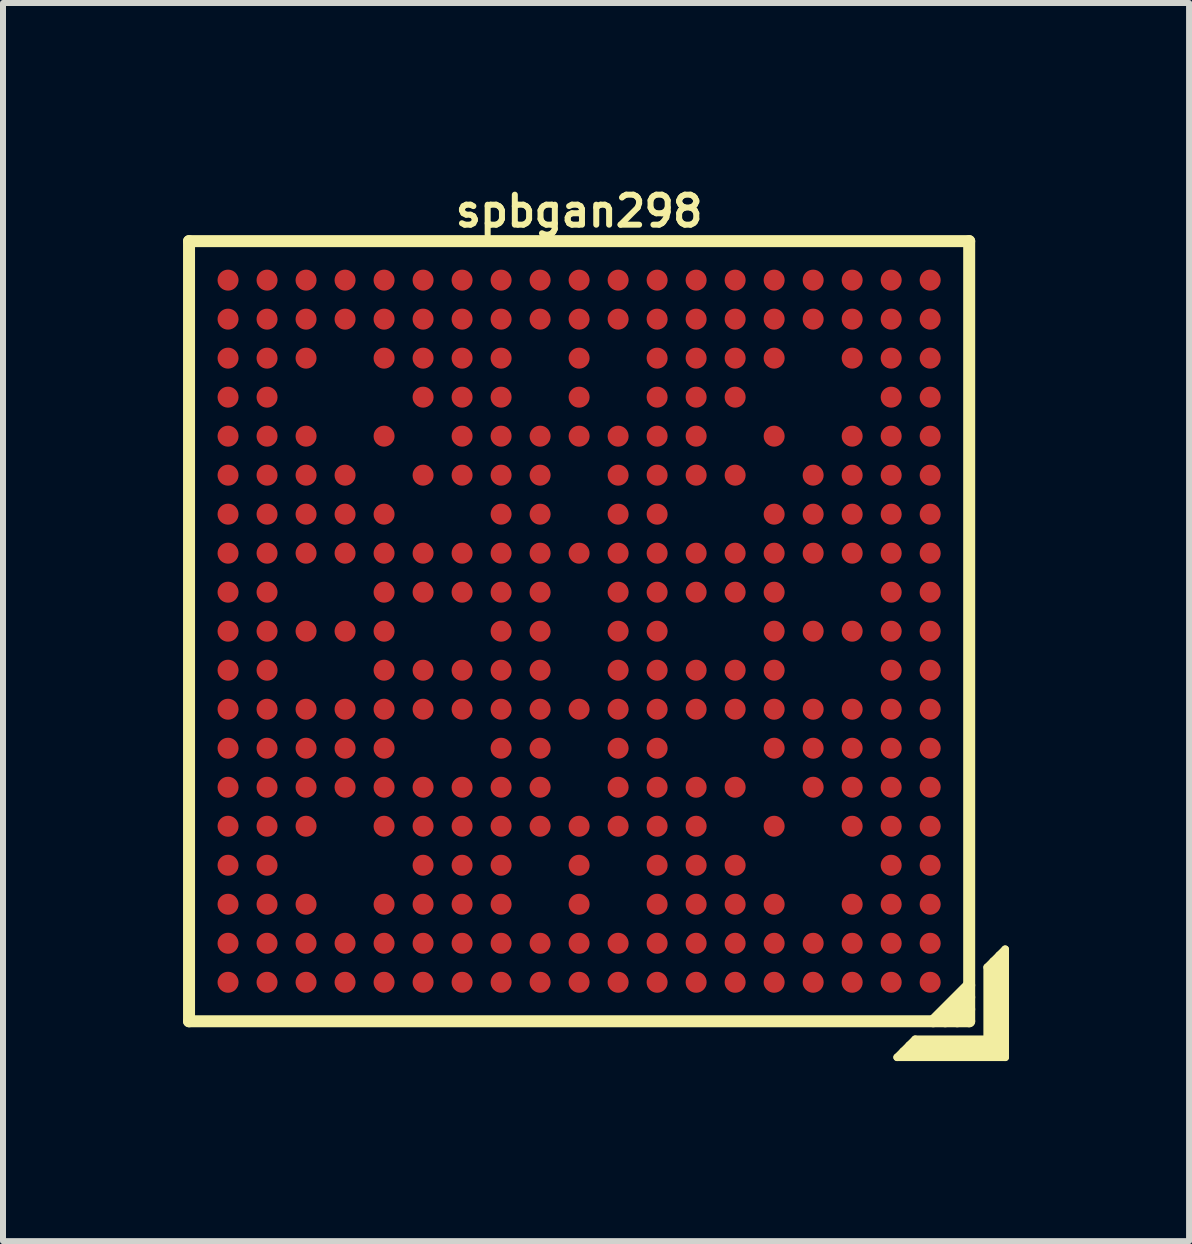
<source format=kicad_pcb>
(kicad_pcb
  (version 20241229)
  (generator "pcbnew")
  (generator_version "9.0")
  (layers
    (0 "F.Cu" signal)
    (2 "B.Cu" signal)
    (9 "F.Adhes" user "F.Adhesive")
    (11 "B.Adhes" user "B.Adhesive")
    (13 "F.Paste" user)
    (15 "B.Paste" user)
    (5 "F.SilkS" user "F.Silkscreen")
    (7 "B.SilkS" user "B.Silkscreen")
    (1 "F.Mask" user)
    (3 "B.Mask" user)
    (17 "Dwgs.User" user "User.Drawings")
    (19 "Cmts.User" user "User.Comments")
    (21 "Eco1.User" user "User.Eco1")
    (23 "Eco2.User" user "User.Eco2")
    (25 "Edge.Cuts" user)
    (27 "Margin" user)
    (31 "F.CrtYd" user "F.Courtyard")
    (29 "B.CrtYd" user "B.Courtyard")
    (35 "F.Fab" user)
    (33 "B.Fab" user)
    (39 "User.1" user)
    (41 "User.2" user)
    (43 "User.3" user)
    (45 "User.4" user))
  (footprint "spbgan298"
    (layer "F.Cu")
    (at 6.6 7.468)
    (property "Reference" "spbgan298" (at 0 -7 0) (layer "F.SilkS") (effects (font (size 0.5 0.5) (thickness 0.1))))
    (attr smd)
    (fp_line (start -6.5 -6.5) (end 6.5 -6.5) (stroke (width 0.2) (type solid)) (layer "F.SilkS"))
    (fp_line (start -6.5 6.5) (end -6.5 -6.5) (stroke (width 0.2) (type solid)) (layer "F.SilkS"))
    (fp_line (start 5.3 7.1) (end 5.6 6.8) (stroke (width 0.127) (type solid)) (layer "F.SilkS"))
    (fp_line (start 5.4 7) (end 7 7) (stroke (width 0.127) (type solid)) (layer "F.SilkS"))
    (fp_line (start 5.6 6.8) (end 6.8 6.8) (stroke (width 0.127) (type solid)) (layer "F.SilkS"))
    (fp_line (start 6.3 6.5) (end 6.5 6.3) (stroke (width 0.2) (type solid)) (layer "F.SilkS"))
    (fp_line (start 6.5 -6.5) (end 6.5 6.5) (stroke (width 0.2) (type solid)) (layer "F.SilkS"))
    (fp_line (start 6.5 5.9) (end 5.9 6.5) (stroke (width 0.2) (type solid)) (layer "F.SilkS"))
    (fp_line (start 6.5 6.1) (end 6.1 6.5) (stroke (width 0.2) (type solid)) (layer "F.SilkS"))
    (fp_line (start 6.5 6.5) (end -6.5 6.5) (stroke (width 0.2) (type solid)) (layer "F.SilkS"))
    (fp_line (start 6.8 5.6) (end 7.1 5.3) (stroke (width 0.127) (type solid)) (layer "F.SilkS"))
    (fp_line (start 6.8 6.8) (end 6.8 5.6) (stroke (width 0.127) (type solid)) (layer "F.SilkS"))
    (fp_line (start 6.9 5.5) (end 6.9 6.9) (stroke (width 0.127) (type solid)) (layer "F.SilkS"))
    (fp_line (start 6.9 6.9) (end 5.5 6.9) (stroke (width 0.127) (type solid)) (layer "F.SilkS"))
    (fp_line (start 7 7) (end 7 5.4) (stroke (width 0.127) (type solid)) (layer "F.SilkS"))
    (fp_line (start 7.1 5.3) (end 7.1 7.1) (stroke (width 0.127) (type solid)) (layer "F.SilkS"))
    (fp_line (start 7.1 7.1) (end 5.3 7.1) (stroke (width 0.127) (type solid)) (layer "F.SilkS"))
    (pad "A1" smd circle (at 5.85 5.85) (size 0.35 0.35) (layers "F.Cu" "F.Mask" "F.Paste"))
    (pad "A2" smd circle (at 5.2 5.85) (size 0.35 0.35) (layers "F.Cu" "F.Mask" "F.Paste"))
    (pad "A3" smd circle (at 4.55 5.85) (size 0.35 0.35) (layers "F.Cu" "F.Mask" "F.Paste"))
    (pad "A4" smd circle (at 3.9 5.85) (size 0.35 0.35) (layers "F.Cu" "F.Mask" "F.Paste"))
    (pad "A5" smd circle (at 3.25 5.85) (size 0.35 0.35) (layers "F.Cu" "F.Mask" "F.Paste"))
    (pad "A6" smd circle (at 2.6 5.85) (size 0.35 0.35) (layers "F.Cu" "F.Mask" "F.Paste"))
    (pad "A7" smd circle (at 1.95 5.85) (size 0.35 0.35) (layers "F.Cu" "F.Mask" "F.Paste"))
    (pad "A8" smd circle (at 1.3 5.85) (size 0.35 0.35) (layers "F.Cu" "F.Mask" "F.Paste"))
    (pad "A9" smd circle (at 0.65 5.85) (size 0.35 0.35) (layers "F.Cu" "F.Mask" "F.Paste"))
    (pad "A10" smd circle (at 0 5.85) (size 0.35 0.35) (layers "F.Cu" "F.Mask" "F.Paste"))
    (pad "A11" smd circle (at -0.65 5.85) (size 0.35 0.35) (layers "F.Cu" "F.Mask" "F.Paste"))
    (pad "A12" smd circle (at -1.3 5.85) (size 0.35 0.35) (layers "F.Cu" "F.Mask" "F.Paste"))
    (pad "A13" smd circle (at -1.95 5.85) (size 0.35 0.35) (layers "F.Cu" "F.Mask" "F.Paste"))
    (pad "A14" smd circle (at -2.6 5.85) (size 0.35 0.35) (layers "F.Cu" "F.Mask" "F.Paste"))
    (pad "A15" smd circle (at -3.25 5.85) (size 0.35 0.35) (layers "F.Cu" "F.Mask" "F.Paste"))
    (pad "A16" smd circle (at -3.9 5.85) (size 0.35 0.35) (layers "F.Cu" "F.Mask" "F.Paste"))
    (pad "A17" smd circle (at -4.55 5.85) (size 0.35 0.35) (layers "F.Cu" "F.Mask" "F.Paste"))
    (pad "A18" smd circle (at -5.2 5.85) (size 0.35 0.35) (layers "F.Cu" "F.Mask" "F.Paste"))
    (pad "A19" smd circle (at -5.85 5.85) (size 0.35 0.35) (layers "F.Cu" "F.Mask" "F.Paste"))
    (pad "B1" smd circle (at 5.85 5.2) (size 0.35 0.35) (layers "F.Cu" "F.Mask" "F.Paste"))
    (pad "B2" smd circle (at 5.2 5.2) (size 0.35 0.35) (layers "F.Cu" "F.Mask" "F.Paste"))
    (pad "B3" smd circle (at 4.55 5.2) (size 0.35 0.35) (layers "F.Cu" "F.Mask" "F.Paste"))
    (pad "B4" smd circle (at 3.9 5.2) (size 0.35 0.35) (layers "F.Cu" "F.Mask" "F.Paste"))
    (pad "B5" smd circle (at 3.25 5.2) (size 0.35 0.35) (layers "F.Cu" "F.Mask" "F.Paste"))
    (pad "B6" smd circle (at 2.6 5.2) (size 0.35 0.35) (layers "F.Cu" "F.Mask" "F.Paste"))
    (pad "B7" smd circle (at 1.95 5.2) (size 0.35 0.35) (layers "F.Cu" "F.Mask" "F.Paste"))
    (pad "B8" smd circle (at 1.3 5.2) (size 0.35 0.35) (layers "F.Cu" "F.Mask" "F.Paste"))
    (pad "B9" smd circle (at 0.65 5.2) (size 0.35 0.35) (layers "F.Cu" "F.Mask" "F.Paste"))
    (pad "B10" smd circle (at 0 5.2) (size 0.35 0.35) (layers "F.Cu" "F.Mask" "F.Paste"))
    (pad "B11" smd circle (at -0.65 5.2) (size 0.35 0.35) (layers "F.Cu" "F.Mask" "F.Paste"))
    (pad "B12" smd circle (at -1.3 5.2) (size 0.35 0.35) (layers "F.Cu" "F.Mask" "F.Paste"))
    (pad "B13" smd circle (at -1.95 5.2) (size 0.35 0.35) (layers "F.Cu" "F.Mask" "F.Paste"))
    (pad "B14" smd circle (at -2.6 5.2) (size 0.35 0.35) (layers "F.Cu" "F.Mask" "F.Paste"))
    (pad "B15" smd circle (at -3.25 5.2) (size 0.35 0.35) (layers "F.Cu" "F.Mask" "F.Paste"))
    (pad "B16" smd circle (at -3.9 5.2) (size 0.35 0.35) (layers "F.Cu" "F.Mask" "F.Paste"))
    (pad "B17" smd circle (at -4.55 5.2) (size 0.35 0.35) (layers "F.Cu" "F.Mask" "F.Paste"))
    (pad "B18" smd circle (at -5.2 5.2) (size 0.35 0.35) (layers "F.Cu" "F.Mask" "F.Paste"))
    (pad "B19" smd circle (at -5.85 5.2) (size 0.35 0.35) (layers "F.Cu" "F.Mask" "F.Paste"))
    (pad "C1" smd circle (at 5.85 4.55) (size 0.35 0.35) (layers "F.Cu" "F.Mask" "F.Paste"))
    (pad "C2" smd circle (at 5.2 4.55) (size 0.35 0.35) (layers "F.Cu" "F.Mask" "F.Paste"))
    (pad "C3" smd circle (at 4.55 4.55) (size 0.35 0.35) (layers "F.Cu" "F.Mask" "F.Paste"))
    (pad "C5" smd circle (at 3.25 4.55) (size 0.35 0.35) (layers "F.Cu" "F.Mask" "F.Paste"))
    (pad "C6" smd circle (at 2.6 4.55) (size 0.35 0.35) (layers "F.Cu" "F.Mask" "F.Paste"))
    (pad "C7" smd circle (at 1.95 4.55) (size 0.35 0.35) (layers "F.Cu" "F.Mask" "F.Paste"))
    (pad "C8" smd circle (at 1.3 4.55) (size 0.35 0.35) (layers "F.Cu" "F.Mask" "F.Paste"))
    (pad "C10" smd circle (at 0 4.55) (size 0.35 0.35) (layers "F.Cu" "F.Mask" "F.Paste"))
    (pad "C12" smd circle (at -1.3 4.55) (size 0.35 0.35) (layers "F.Cu" "F.Mask" "F.Paste"))
    (pad "C13" smd circle (at -1.95 4.55) (size 0.35 0.35) (layers "F.Cu" "F.Mask" "F.Paste"))
    (pad "C14" smd circle (at -2.6 4.55) (size 0.35 0.35) (layers "F.Cu" "F.Mask" "F.Paste"))
    (pad "C15" smd circle (at -3.25 4.55) (size 0.35 0.35) (layers "F.Cu" "F.Mask" "F.Paste"))
    (pad "C17" smd circle (at -4.55 4.55) (size 0.35 0.35) (layers "F.Cu" "F.Mask" "F.Paste"))
    (pad "C18" smd circle (at -5.2 4.55) (size 0.35 0.35) (layers "F.Cu" "F.Mask" "F.Paste"))
    (pad "C19" smd circle (at -5.85 4.55) (size 0.35 0.35) (layers "F.Cu" "F.Mask" "F.Paste"))
    (pad "D1" smd circle (at 5.85 3.9) (size 0.35 0.35) (layers "F.Cu" "F.Mask" "F.Paste"))
    (pad "D2" smd circle (at 5.2 3.9) (size 0.35 0.35) (layers "F.Cu" "F.Mask" "F.Paste"))
    (pad "D6" smd circle (at 2.6 3.9) (size 0.35 0.35) (layers "F.Cu" "F.Mask" "F.Paste"))
    (pad "D7" smd circle (at 1.95 3.9) (size 0.35 0.35) (layers "F.Cu" "F.Mask" "F.Paste"))
    (pad "D8" smd circle (at 1.3 3.9) (size 0.35 0.35) (layers "F.Cu" "F.Mask" "F.Paste"))
    (pad "D10" smd circle (at 0 3.9) (size 0.35 0.35) (layers "F.Cu" "F.Mask" "F.Paste"))
    (pad "D12" smd circle (at -1.3 3.9) (size 0.35 0.35) (layers "F.Cu" "F.Mask" "F.Paste"))
    (pad "D13" smd circle (at -1.95 3.9) (size 0.35 0.35) (layers "F.Cu" "F.Mask" "F.Paste"))
    (pad "D14" smd circle (at -2.6 3.9) (size 0.35 0.35) (layers "F.Cu" "F.Mask" "F.Paste"))
    (pad "D18" smd circle (at -5.2 3.9) (size 0.35 0.35) (layers "F.Cu" "F.Mask" "F.Paste"))
    (pad "D19" smd circle (at -5.85 3.9) (size 0.35 0.35) (layers "F.Cu" "F.Mask" "F.Paste"))
    (pad "E1" smd circle (at 5.85 3.25) (size 0.35 0.35) (layers "F.Cu" "F.Mask" "F.Paste"))
    (pad "E2" smd circle (at 5.2 3.25) (size 0.35 0.35) (layers "F.Cu" "F.Mask" "F.Paste"))
    (pad "E3" smd circle (at 4.55 3.25) (size 0.35 0.35) (layers "F.Cu" "F.Mask" "F.Paste"))
    (pad "E5" smd circle (at 3.25 3.25) (size 0.35 0.35) (layers "F.Cu" "F.Mask" "F.Paste"))
    (pad "E7" smd circle (at 1.95 3.25) (size 0.35 0.35) (layers "F.Cu" "F.Mask" "F.Paste"))
    (pad "E8" smd circle (at 1.3 3.25) (size 0.35 0.35) (layers "F.Cu" "F.Mask" "F.Paste"))
    (pad "E9" smd circle (at 0.65 3.25) (size 0.35 0.35) (layers "F.Cu" "F.Mask" "F.Paste"))
    (pad "E10" smd circle (at 0 3.25) (size 0.35 0.35) (layers "F.Cu" "F.Mask" "F.Paste"))
    (pad "E11" smd circle (at -0.65 3.25) (size 0.35 0.35) (layers "F.Cu" "F.Mask" "F.Paste"))
    (pad "E12" smd circle (at -1.3 3.25) (size 0.35 0.35) (layers "F.Cu" "F.Mask" "F.Paste"))
    (pad "E13" smd circle (at -1.95 3.25) (size 0.35 0.35) (layers "F.Cu" "F.Mask" "F.Paste"))
    (pad "E14" smd circle (at -2.6 3.25) (size 0.35 0.35) (layers "F.Cu" "F.Mask" "F.Paste"))
    (pad "E15" smd circle (at -3.25 3.25) (size 0.35 0.35) (layers "F.Cu" "F.Mask" "F.Paste"))
    (pad "E17" smd circle (at -4.55 3.25) (size 0.35 0.35) (layers "F.Cu" "F.Mask" "F.Paste"))
    (pad "E18" smd circle (at -5.2 3.25) (size 0.35 0.35) (layers "F.Cu" "F.Mask" "F.Paste"))
    (pad "E19" smd circle (at -5.85 3.25) (size 0.35 0.35) (layers "F.Cu" "F.Mask" "F.Paste"))
    (pad "F1" smd circle (at 5.85 2.6) (size 0.35 0.35) (layers "F.Cu" "F.Mask" "F.Paste"))
    (pad "F2" smd circle (at 5.2 2.6) (size 0.35 0.35) (layers "F.Cu" "F.Mask" "F.Paste"))
    (pad "F3" smd circle (at 4.55 2.6) (size 0.35 0.35) (layers "F.Cu" "F.Mask" "F.Paste"))
    (pad "F4" smd circle (at 3.9 2.6) (size 0.35 0.35) (layers "F.Cu" "F.Mask" "F.Paste"))
    (pad "F6" smd circle (at 2.6 2.6) (size 0.35 0.35) (layers "F.Cu" "F.Mask" "F.Paste"))
    (pad "F7" smd circle (at 1.95 2.6) (size 0.35 0.35) (layers "F.Cu" "F.Mask" "F.Paste"))
    (pad "F8" smd circle (at 1.3 2.6) (size 0.35 0.35) (layers "F.Cu" "F.Mask" "F.Paste"))
    (pad "F9" smd circle (at 0.65 2.6) (size 0.35 0.35) (layers "F.Cu" "F.Mask" "F.Paste"))
    (pad "F11" smd circle (at -0.65 2.6) (size 0.35 0.35) (layers "F.Cu" "F.Mask" "F.Paste"))
    (pad "F12" smd circle (at -1.3 2.6) (size 0.35 0.35) (layers "F.Cu" "F.Mask" "F.Paste"))
    (pad "F13" smd circle (at -1.95 2.6) (size 0.35 0.35) (layers "F.Cu" "F.Mask" "F.Paste"))
    (pad "F14" smd circle (at -2.6 2.6) (size 0.35 0.35) (layers "F.Cu" "F.Mask" "F.Paste"))
    (pad "F15" smd circle (at -3.25 2.6) (size 0.35 0.35) (layers "F.Cu" "F.Mask" "F.Paste"))
    (pad "F16" smd circle (at -3.9 2.6) (size 0.35 0.35) (layers "F.Cu" "F.Mask" "F.Paste"))
    (pad "F17" smd circle (at -4.55 2.6) (size 0.35 0.35) (layers "F.Cu" "F.Mask" "F.Paste"))
    (pad "F18" smd circle (at -5.2 2.6) (size 0.35 0.35) (layers "F.Cu" "F.Mask" "F.Paste"))
    (pad "F19" smd circle (at -5.85 2.6) (size 0.35 0.35) (layers "F.Cu" "F.Mask" "F.Paste"))
    (pad "G1" smd circle (at 5.85 1.95) (size 0.35 0.35) (layers "F.Cu" "F.Mask" "F.Paste"))
    (pad "G2" smd circle (at 5.2 1.95) (size 0.35 0.35) (layers "F.Cu" "F.Mask" "F.Paste"))
    (pad "G3" smd circle (at 4.55 1.95) (size 0.35 0.35) (layers "F.Cu" "F.Mask" "F.Paste"))
    (pad "G4" smd circle (at 3.9 1.95) (size 0.35 0.35) (layers "F.Cu" "F.Mask" "F.Paste"))
    (pad "G5" smd circle (at 3.25 1.95) (size 0.35 0.35) (layers "F.Cu" "F.Mask" "F.Paste"))
    (pad "G8" smd circle (at 1.3 1.95) (size 0.35 0.35) (layers "F.Cu" "F.Mask" "F.Paste"))
    (pad "G9" smd circle (at 0.65 1.95) (size 0.35 0.35) (layers "F.Cu" "F.Mask" "F.Paste"))
    (pad "G11" smd circle (at -0.65 1.95) (size 0.35 0.35) (layers "F.Cu" "F.Mask" "F.Paste"))
    (pad "G12" smd circle (at -1.3 1.95) (size 0.35 0.35) (layers "F.Cu" "F.Mask" "F.Paste"))
    (pad "G15" smd circle (at -3.25 1.95) (size 0.35 0.35) (layers "F.Cu" "F.Mask" "F.Paste"))
    (pad "G16" smd circle (at -3.9 1.95) (size 0.35 0.35) (layers "F.Cu" "F.Mask" "F.Paste"))
    (pad "G17" smd circle (at -4.55 1.95) (size 0.35 0.35) (layers "F.Cu" "F.Mask" "F.Paste"))
    (pad "G18" smd circle (at -5.2 1.95) (size 0.35 0.35) (layers "F.Cu" "F.Mask" "F.Paste"))
    (pad "G19" smd circle (at -5.85 1.95) (size 0.35 0.35) (layers "F.Cu" "F.Mask" "F.Paste"))
    (pad "H1" smd circle (at 5.85 1.3) (size 0.35 0.35) (layers "F.Cu" "F.Mask" "F.Paste"))
    (pad "H2" smd circle (at 5.2 1.3) (size 0.35 0.35) (layers "F.Cu" "F.Mask" "F.Paste"))
    (pad "H3" smd circle (at 4.55 1.3) (size 0.35 0.35) (layers "F.Cu" "F.Mask" "F.Paste"))
    (pad "H4" smd circle (at 3.9 1.3) (size 0.35 0.35) (layers "F.Cu" "F.Mask" "F.Paste"))
    (pad "H5" smd circle (at 3.25 1.3) (size 0.35 0.35) (layers "F.Cu" "F.Mask" "F.Paste"))
    (pad "H6" smd circle (at 2.6 1.3) (size 0.35 0.35) (layers "F.Cu" "F.Mask" "F.Paste"))
    (pad "H7" smd circle (at 1.95 1.3) (size 0.35 0.35) (layers "F.Cu" "F.Mask" "F.Paste"))
    (pad "H8" smd circle (at 1.3 1.3) (size 0.35 0.35) (layers "F.Cu" "F.Mask" "F.Paste"))
    (pad "H9" smd circle (at 0.65 1.3) (size 0.35 0.35) (layers "F.Cu" "F.Mask" "F.Paste"))
    (pad "H10" smd circle (at 0 1.3) (size 0.35 0.35) (layers "F.Cu" "F.Mask" "F.Paste"))
    (pad "H11" smd circle (at -0.65 1.3) (size 0.35 0.35) (layers "F.Cu" "F.Mask" "F.Paste"))
    (pad "H12" smd circle (at -1.3 1.3) (size 0.35 0.35) (layers "F.Cu" "F.Mask" "F.Paste"))
    (pad "H13" smd circle (at -1.95 1.3) (size 0.35 0.35) (layers "F.Cu" "F.Mask" "F.Paste"))
    (pad "H14" smd circle (at -2.6 1.3) (size 0.35 0.35) (layers "F.Cu" "F.Mask" "F.Paste"))
    (pad "H15" smd circle (at -3.25 1.3) (size 0.35 0.35) (layers "F.Cu" "F.Mask" "F.Paste"))
    (pad "H16" smd circle (at -3.9 1.3) (size 0.35 0.35) (layers "F.Cu" "F.Mask" "F.Paste"))
    (pad "H17" smd circle (at -4.55 1.3) (size 0.35 0.35) (layers "F.Cu" "F.Mask" "F.Paste"))
    (pad "H18" smd circle (at -5.2 1.3) (size 0.35 0.35) (layers "F.Cu" "F.Mask" "F.Paste"))
    (pad "H19" smd circle (at -5.85 1.3) (size 0.35 0.35) (layers "F.Cu" "F.Mask" "F.Paste"))
    (pad "J1" smd circle (at 5.85 0.65) (size 0.35 0.35) (layers "F.Cu" "F.Mask" "F.Paste"))
    (pad "J2" smd circle (at 5.2 0.65) (size 0.35 0.35) (layers "F.Cu" "F.Mask" "F.Paste"))
    (pad "J5" smd circle (at 3.25 0.65) (size 0.35 0.35) (layers "F.Cu" "F.Mask" "F.Paste"))
    (pad "J6" smd circle (at 2.6 0.65) (size 0.35 0.35) (layers "F.Cu" "F.Mask" "F.Paste"))
    (pad "J7" smd circle (at 1.95 0.65) (size 0.35 0.35) (layers "F.Cu" "F.Mask" "F.Paste"))
    (pad "J8" smd circle (at 1.3 0.65) (size 0.35 0.35) (layers "F.Cu" "F.Mask" "F.Paste"))
    (pad "J9" smd circle (at 0.65 0.65) (size 0.35 0.35) (layers "F.Cu" "F.Mask" "F.Paste"))
    (pad "J11" smd circle (at -0.65 0.65) (size 0.35 0.35) (layers "F.Cu" "F.Mask" "F.Paste"))
    (pad "J12" smd circle (at -1.3 0.65) (size 0.35 0.35) (layers "F.Cu" "F.Mask" "F.Paste"))
    (pad "J13" smd circle (at -1.95 0.65) (size 0.35 0.35) (layers "F.Cu" "F.Mask" "F.Paste"))
    (pad "J14" smd circle (at -2.6 0.65) (size 0.35 0.35) (layers "F.Cu" "F.Mask" "F.Paste"))
    (pad "J15" smd circle (at -3.25 0.65) (size 0.35 0.35) (layers "F.Cu" "F.Mask" "F.Paste"))
    (pad "J18" smd circle (at -5.2 0.65) (size 0.35 0.35) (layers "F.Cu" "F.Mask" "F.Paste"))
    (pad "J19" smd circle (at -5.85 0.65) (size 0.35 0.35) (layers "F.Cu" "F.Mask" "F.Paste"))
    (pad "K1" smd circle (at 5.85 0) (size 0.35 0.35) (layers "F.Cu" "F.Mask" "F.Paste"))
    (pad "K2" smd circle (at 5.2 0) (size 0.35 0.35) (layers "F.Cu" "F.Mask" "F.Paste"))
    (pad "K3" smd circle (at 4.55 0) (size 0.35 0.35) (layers "F.Cu" "F.Mask" "F.Paste"))
    (pad "K4" smd circle (at 3.9 0) (size 0.35 0.35) (layers "F.Cu" "F.Mask" "F.Paste"))
    (pad "K5" smd circle (at 3.25 0) (size 0.35 0.35) (layers "F.Cu" "F.Mask" "F.Paste"))
    (pad "K8" smd circle (at 1.3 0) (size 0.35 0.35) (layers "F.Cu" "F.Mask" "F.Paste"))
    (pad "K9" smd circle (at 0.65 0) (size 0.35 0.35) (layers "F.Cu" "F.Mask" "F.Paste"))
    (pad "K11" smd circle (at -0.65 0) (size 0.35 0.35) (layers "F.Cu" "F.Mask" "F.Paste"))
    (pad "K12" smd circle (at -1.3 0) (size 0.35 0.35) (layers "F.Cu" "F.Mask" "F.Paste"))
    (pad "K15" smd circle (at -3.25 0) (size 0.35 0.35) (layers "F.Cu" "F.Mask" "F.Paste"))
    (pad "K16" smd circle (at -3.9 0) (size 0.35 0.35) (layers "F.Cu" "F.Mask" "F.Paste"))
    (pad "K17" smd circle (at -4.55 0) (size 0.35 0.35) (layers "F.Cu" "F.Mask" "F.Paste"))
    (pad "K18" smd circle (at -5.2 0) (size 0.35 0.35) (layers "F.Cu" "F.Mask" "F.Paste"))
    (pad "K19" smd circle (at -5.85 0) (size 0.35 0.35) (layers "F.Cu" "F.Mask" "F.Paste"))
    (pad "L1" smd circle (at 5.85 -0.65) (size 0.35 0.35) (layers "F.Cu" "F.Mask" "F.Paste"))
    (pad "L2" smd circle (at 5.2 -0.65) (size 0.35 0.35) (layers "F.Cu" "F.Mask" "F.Paste"))
    (pad "L5" smd circle (at 3.25 -0.65) (size 0.35 0.35) (layers "F.Cu" "F.Mask" "F.Paste"))
    (pad "L6" smd circle (at 2.6 -0.65) (size 0.35 0.35) (layers "F.Cu" "F.Mask" "F.Paste"))
    (pad "L7" smd circle (at 1.95 -0.65) (size 0.35 0.35) (layers "F.Cu" "F.Mask" "F.Paste"))
    (pad "L8" smd circle (at 1.3 -0.65) (size 0.35 0.35) (layers "F.Cu" "F.Mask" "F.Paste"))
    (pad "L9" smd circle (at 0.65 -0.65) (size 0.35 0.35) (layers "F.Cu" "F.Mask" "F.Paste"))
    (pad "L11" smd circle (at -0.65 -0.65) (size 0.35 0.35) (layers "F.Cu" "F.Mask" "F.Paste"))
    (pad "L12" smd circle (at -1.3 -0.65) (size 0.35 0.35) (layers "F.Cu" "F.Mask" "F.Paste"))
    (pad "L13" smd circle (at -1.95 -0.65) (size 0.35 0.35) (layers "F.Cu" "F.Mask" "F.Paste"))
    (pad "L14" smd circle (at -2.6 -0.65) (size 0.35 0.35) (layers "F.Cu" "F.Mask" "F.Paste"))
    (pad "L15" smd circle (at -3.25 -0.65) (size 0.35 0.35) (layers "F.Cu" "F.Mask" "F.Paste"))
    (pad "L18" smd circle (at -5.2 -0.65) (size 0.35 0.35) (layers "F.Cu" "F.Mask" "F.Paste"))
    (pad "L19" smd circle (at -5.85 -0.65) (size 0.35 0.35) (layers "F.Cu" "F.Mask" "F.Paste"))
    (pad "M1" smd circle (at 5.85 -1.3) (size 0.35 0.35) (layers "F.Cu" "F.Mask" "F.Paste"))
    (pad "M2" smd circle (at 5.2 -1.3) (size 0.35 0.35) (layers "F.Cu" "F.Mask" "F.Paste"))
    (pad "M3" smd circle (at 4.55 -1.3) (size 0.35 0.35) (layers "F.Cu" "F.Mask" "F.Paste"))
    (pad "M4" smd circle (at 3.9 -1.3) (size 0.35 0.35) (layers "F.Cu" "F.Mask" "F.Paste"))
    (pad "M5" smd circle (at 3.25 -1.3) (size 0.35 0.35) (layers "F.Cu" "F.Mask" "F.Paste"))
    (pad "M6" smd circle (at 2.6 -1.3) (size 0.35 0.35) (layers "F.Cu" "F.Mask" "F.Paste"))
    (pad "M7" smd circle (at 1.95 -1.3) (size 0.35 0.35) (layers "F.Cu" "F.Mask" "F.Paste"))
    (pad "M8" smd circle (at 1.3 -1.3) (size 0.35 0.35) (layers "F.Cu" "F.Mask" "F.Paste"))
    (pad "M9" smd circle (at 0.65 -1.3) (size 0.35 0.35) (layers "F.Cu" "F.Mask" "F.Paste"))
    (pad "M10" smd circle (at 0 -1.3) (size 0.35 0.35) (layers "F.Cu" "F.Mask" "F.Paste"))
    (pad "M11" smd circle (at -0.65 -1.3) (size 0.35 0.35) (layers "F.Cu" "F.Mask" "F.Paste"))
    (pad "M12" smd circle (at -1.3 -1.3) (size 0.35 0.35) (layers "F.Cu" "F.Mask" "F.Paste"))
    (pad "M13" smd circle (at -1.95 -1.3) (size 0.35 0.35) (layers "F.Cu" "F.Mask" "F.Paste"))
    (pad "M14" smd circle (at -2.6 -1.3) (size 0.35 0.35) (layers "F.Cu" "F.Mask" "F.Paste"))
    (pad "M15" smd circle (at -3.25 -1.3) (size 0.35 0.35) (layers "F.Cu" "F.Mask" "F.Paste"))
    (pad "M16" smd circle (at -3.9 -1.3) (size 0.35 0.35) (layers "F.Cu" "F.Mask" "F.Paste"))
    (pad "M17" smd circle (at -4.55 -1.3) (size 0.35 0.35) (layers "F.Cu" "F.Mask" "F.Paste"))
    (pad "M18" smd circle (at -5.2 -1.3) (size 0.35 0.35) (layers "F.Cu" "F.Mask" "F.Paste"))
    (pad "M19" smd circle (at -5.85 -1.3) (size 0.35 0.35) (layers "F.Cu" "F.Mask" "F.Paste"))
    (pad "N1" smd circle (at 5.85 -1.95) (size 0.35 0.35) (layers "F.Cu" "F.Mask" "F.Paste"))
    (pad "N2" smd circle (at 5.2 -1.95) (size 0.35 0.35) (layers "F.Cu" "F.Mask" "F.Paste"))
    (pad "N3" smd circle (at 4.55 -1.95) (size 0.35 0.35) (layers "F.Cu" "F.Mask" "F.Paste"))
    (pad "N4" smd circle (at 3.9 -1.95) (size 0.35 0.35) (layers "F.Cu" "F.Mask" "F.Paste"))
    (pad "N5" smd circle (at 3.25 -1.95) (size 0.35 0.35) (layers "F.Cu" "F.Mask" "F.Paste"))
    (pad "N8" smd circle (at 1.3 -1.95) (size 0.35 0.35) (layers "F.Cu" "F.Mask" "F.Paste"))
    (pad "N9" smd circle (at 0.65 -1.95) (size 0.35 0.35) (layers "F.Cu" "F.Mask" "F.Paste"))
    (pad "N11" smd circle (at -0.65 -1.95) (size 0.35 0.35) (layers "F.Cu" "F.Mask" "F.Paste"))
    (pad "N12" smd circle (at -1.3 -1.95) (size 0.35 0.35) (layers "F.Cu" "F.Mask" "F.Paste"))
    (pad "N15" smd circle (at -3.25 -1.95) (size 0.35 0.35) (layers "F.Cu" "F.Mask" "F.Paste"))
    (pad "N16" smd circle (at -3.9 -1.95) (size 0.35 0.35) (layers "F.Cu" "F.Mask" "F.Paste"))
    (pad "N17" smd circle (at -4.55 -1.95) (size 0.35 0.35) (layers "F.Cu" "F.Mask" "F.Paste"))
    (pad "N18" smd circle (at -5.2 -1.95) (size 0.35 0.35) (layers "F.Cu" "F.Mask" "F.Paste"))
    (pad "N19" smd circle (at -5.85 -1.95) (size 0.35 0.35) (layers "F.Cu" "F.Mask" "F.Paste"))
    (pad "P1" smd circle (at 5.85 -2.6) (size 0.35 0.35) (layers "F.Cu" "F.Mask" "F.Paste"))
    (pad "P2" smd circle (at 5.2 -2.6) (size 0.35 0.35) (layers "F.Cu" "F.Mask" "F.Paste"))
    (pad "P3" smd circle (at 4.55 -2.6) (size 0.35 0.35) (layers "F.Cu" "F.Mask" "F.Paste"))
    (pad "P4" smd circle (at 3.9 -2.6) (size 0.35 0.35) (layers "F.Cu" "F.Mask" "F.Paste"))
    (pad "P6" smd circle (at 2.6 -2.6) (size 0.35 0.35) (layers "F.Cu" "F.Mask" "F.Paste"))
    (pad "P7" smd circle (at 1.95 -2.6) (size 0.35 0.35) (layers "F.Cu" "F.Mask" "F.Paste"))
    (pad "P8" smd circle (at 1.3 -2.6) (size 0.35 0.35) (layers "F.Cu" "F.Mask" "F.Paste"))
    (pad "P9" smd circle (at 0.65 -2.6) (size 0.35 0.35) (layers "F.Cu" "F.Mask" "F.Paste"))
    (pad "P11" smd circle (at -0.65 -2.6) (size 0.35 0.35) (layers "F.Cu" "F.Mask" "F.Paste"))
    (pad "P12" smd circle (at -1.3 -2.6) (size 0.35 0.35) (layers "F.Cu" "F.Mask" "F.Paste"))
    (pad "P13" smd circle (at -1.95 -2.6) (size 0.35 0.35) (layers "F.Cu" "F.Mask" "F.Paste"))
    (pad "P14" smd circle (at -2.6 -2.6) (size 0.35 0.35) (layers "F.Cu" "F.Mask" "F.Paste"))
    (pad "P16" smd circle (at -3.9 -2.6) (size 0.35 0.35) (layers "F.Cu" "F.Mask" "F.Paste"))
    (pad "P17" smd circle (at -4.55 -2.6) (size 0.35 0.35) (layers "F.Cu" "F.Mask" "F.Paste"))
    (pad "P18" smd circle (at -5.2 -2.6) (size 0.35 0.35) (layers "F.Cu" "F.Mask" "F.Paste"))
    (pad "P19" smd circle (at -5.85 -2.6) (size 0.35 0.35) (layers "F.Cu" "F.Mask" "F.Paste"))
    (pad "R1" smd circle (at 5.85 -3.25) (size 0.35 0.35) (layers "F.Cu" "F.Mask" "F.Paste"))
    (pad "R2" smd circle (at 5.2 -3.25) (size 0.35 0.35) (layers "F.Cu" "F.Mask" "F.Paste"))
    (pad "R3" smd circle (at 4.55 -3.25) (size 0.35 0.35) (layers "F.Cu" "F.Mask" "F.Paste"))
    (pad "R5" smd circle (at 3.25 -3.25) (size 0.35 0.35) (layers "F.Cu" "F.Mask" "F.Paste"))
    (pad "R7" smd circle (at 1.95 -3.25) (size 0.35 0.35) (layers "F.Cu" "F.Mask" "F.Paste"))
    (pad "R8" smd circle (at 1.3 -3.25) (size 0.35 0.35) (layers "F.Cu" "F.Mask" "F.Paste"))
    (pad "R9" smd circle (at 0.65 -3.25) (size 0.35 0.35) (layers "F.Cu" "F.Mask" "F.Paste"))
    (pad "R10" smd circle (at 0 -3.25) (size 0.35 0.35) (layers "F.Cu" "F.Mask" "F.Paste"))
    (pad "R11" smd circle (at -0.65 -3.25) (size 0.35 0.35) (layers "F.Cu" "F.Mask" "F.Paste"))
    (pad "R12" smd circle (at -1.3 -3.25) (size 0.35 0.35) (layers "F.Cu" "F.Mask" "F.Paste"))
    (pad "R13" smd circle (at -1.95 -3.25) (size 0.35 0.35) (layers "F.Cu" "F.Mask" "F.Paste"))
    (pad "R15" smd circle (at -3.25 -3.25) (size 0.35 0.35) (layers "F.Cu" "F.Mask" "F.Paste"))
    (pad "R17" smd circle (at -4.55 -3.25) (size 0.35 0.35) (layers "F.Cu" "F.Mask" "F.Paste"))
    (pad "R18" smd circle (at -5.2 -3.25) (size 0.35 0.35) (layers "F.Cu" "F.Mask" "F.Paste"))
    (pad "R19" smd circle (at -5.85 -3.25) (size 0.35 0.35) (layers "F.Cu" "F.Mask" "F.Paste"))
    (pad "T1" smd circle (at 5.85 -3.9) (size 0.35 0.35) (layers "F.Cu" "F.Mask" "F.Paste"))
    (pad "T2" smd circle (at 5.2 -3.9) (size 0.35 0.35) (layers "F.Cu" "F.Mask" "F.Paste"))
    (pad "T6" smd circle (at 2.6 -3.9) (size 0.35 0.35) (layers "F.Cu" "F.Mask" "F.Paste"))
    (pad "T7" smd circle (at 1.95 -3.9) (size 0.35 0.35) (layers "F.Cu" "F.Mask" "F.Paste"))
    (pad "T8" smd circle (at 1.3 -3.9) (size 0.35 0.35) (layers "F.Cu" "F.Mask" "F.Paste"))
    (pad "T10" smd circle (at 0 -3.9) (size 0.35 0.35) (layers "F.Cu" "F.Mask" "F.Paste"))
    (pad "T12" smd circle (at -1.3 -3.9) (size 0.35 0.35) (layers "F.Cu" "F.Mask" "F.Paste"))
    (pad "T13" smd circle (at -1.95 -3.9) (size 0.35 0.35) (layers "F.Cu" "F.Mask" "F.Paste"))
    (pad "T14" smd circle (at -2.6 -3.9) (size 0.35 0.35) (layers "F.Cu" "F.Mask" "F.Paste"))
    (pad "T18" smd circle (at -5.2 -3.9) (size 0.35 0.35) (layers "F.Cu" "F.Mask" "F.Paste"))
    (pad "T19" smd circle (at -5.85 -3.9) (size 0.35 0.35) (layers "F.Cu" "F.Mask" "F.Paste"))
    (pad "U1" smd circle (at 5.85 -4.55) (size 0.35 0.35) (layers "F.Cu" "F.Mask" "F.Paste"))
    (pad "U2" smd circle (at 5.2 -4.55) (size 0.35 0.35) (layers "F.Cu" "F.Mask" "F.Paste"))
    (pad "U3" smd circle (at 4.55 -4.55) (size 0.35 0.35) (layers "F.Cu" "F.Mask" "F.Paste"))
    (pad "U5" smd circle (at 3.25 -4.55) (size 0.35 0.35) (layers "F.Cu" "F.Mask" "F.Paste"))
    (pad "U6" smd circle (at 2.6 -4.55) (size 0.35 0.35) (layers "F.Cu" "F.Mask" "F.Paste"))
    (pad "U7" smd circle (at 1.95 -4.55) (size 0.35 0.35) (layers "F.Cu" "F.Mask" "F.Paste"))
    (pad "U8" smd circle (at 1.3 -4.55) (size 0.35 0.35) (layers "F.Cu" "F.Mask" "F.Paste"))
    (pad "U10" smd circle (at 0 -4.55) (size 0.35 0.35) (layers "F.Cu" "F.Mask" "F.Paste"))
    (pad "U12" smd circle (at -1.3 -4.55) (size 0.35 0.35) (layers "F.Cu" "F.Mask" "F.Paste"))
    (pad "U13" smd circle (at -1.95 -4.55) (size 0.35 0.35) (layers "F.Cu" "F.Mask" "F.Paste"))
    (pad "U14" smd circle (at -2.6 -4.55) (size 0.35 0.35) (layers "F.Cu" "F.Mask" "F.Paste"))
    (pad "U15" smd circle (at -3.25 -4.55) (size 0.35 0.35) (layers "F.Cu" "F.Mask" "F.Paste"))
    (pad "U17" smd circle (at -4.55 -4.55) (size 0.35 0.35) (layers "F.Cu" "F.Mask" "F.Paste"))
    (pad "U18" smd circle (at -5.2 -4.55) (size 0.35 0.35) (layers "F.Cu" "F.Mask" "F.Paste"))
    (pad "U19" smd circle (at -5.85 -4.55) (size 0.35 0.35) (layers "F.Cu" "F.Mask" "F.Paste"))
    (pad "V1" smd circle (at 5.85 -5.2) (size 0.35 0.35) (layers "F.Cu" "F.Mask" "F.Paste"))
    (pad "V2" smd circle (at 5.2 -5.2) (size 0.35 0.35) (layers "F.Cu" "F.Mask" "F.Paste"))
    (pad "V3" smd circle (at 4.55 -5.2) (size 0.35 0.35) (layers "F.Cu" "F.Mask" "F.Paste"))
    (pad "V4" smd circle (at 3.9 -5.2) (size 0.35 0.35) (layers "F.Cu" "F.Mask" "F.Paste"))
    (pad "V5" smd circle (at 3.25 -5.2) (size 0.35 0.35) (layers "F.Cu" "F.Mask" "F.Paste"))
    (pad "V6" smd circle (at 2.6 -5.2) (size 0.35 0.35) (layers "F.Cu" "F.Mask" "F.Paste"))
    (pad "V7" smd circle (at 1.95 -5.2) (size 0.35 0.35) (layers "F.Cu" "F.Mask" "F.Paste"))
    (pad "V8" smd circle (at 1.3 -5.2) (size 0.35 0.35) (layers "F.Cu" "F.Mask" "F.Paste"))
    (pad "V9" smd circle (at 0.65 -5.2) (size 0.35 0.35) (layers "F.Cu" "F.Mask" "F.Paste"))
    (pad "V10" smd circle (at 0 -5.2) (size 0.35 0.35) (layers "F.Cu" "F.Mask" "F.Paste"))
    (pad "V11" smd circle (at -0.65 -5.2) (size 0.35 0.35) (layers "F.Cu" "F.Mask" "F.Paste"))
    (pad "V12" smd circle (at -1.3 -5.2) (size 0.35 0.35) (layers "F.Cu" "F.Mask" "F.Paste"))
    (pad "V13" smd circle (at -1.95 -5.2) (size 0.35 0.35) (layers "F.Cu" "F.Mask" "F.Paste"))
    (pad "V14" smd circle (at -2.6 -5.2) (size 0.35 0.35) (layers "F.Cu" "F.Mask" "F.Paste"))
    (pad "V15" smd circle (at -3.25 -5.2) (size 0.35 0.35) (layers "F.Cu" "F.Mask" "F.Paste"))
    (pad "V16" smd circle (at -3.9 -5.2) (size 0.35 0.35) (layers "F.Cu" "F.Mask" "F.Paste"))
    (pad "V17" smd circle (at -4.55 -5.2) (size 0.35 0.35) (layers "F.Cu" "F.Mask" "F.Paste"))
    (pad "V18" smd circle (at -5.2 -5.2) (size 0.35 0.35) (layers "F.Cu" "F.Mask" "F.Paste"))
    (pad "V19" smd circle (at -5.85 -5.2) (size 0.35 0.35) (layers "F.Cu" "F.Mask" "F.Paste"))
    (pad "W1" smd circle (at 5.85 -5.85) (size 0.35 0.35) (layers "F.Cu" "F.Mask" "F.Paste"))
    (pad "W2" smd circle (at 5.2 -5.85) (size 0.35 0.35) (layers "F.Cu" "F.Mask" "F.Paste"))
    (pad "W3" smd circle (at 4.55 -5.85) (size 0.35 0.35) (layers "F.Cu" "F.Mask" "F.Paste"))
    (pad "W4" smd circle (at 3.9 -5.85) (size 0.35 0.35) (layers "F.Cu" "F.Mask" "F.Paste"))
    (pad "W5" smd circle (at 3.25 -5.85) (size 0.35 0.35) (layers "F.Cu" "F.Mask" "F.Paste"))
    (pad "W6" smd circle (at 2.6 -5.85) (size 0.35 0.35) (layers "F.Cu" "F.Mask" "F.Paste"))
    (pad "W7" smd circle (at 1.95 -5.85) (size 0.35 0.35) (layers "F.Cu" "F.Mask" "F.Paste"))
    (pad "W8" smd circle (at 1.3 -5.85) (size 0.35 0.35) (layers "F.Cu" "F.Mask" "F.Paste"))
    (pad "W9" smd circle (at 0.65 -5.85) (size 0.35 0.35) (layers "F.Cu" "F.Mask" "F.Paste"))
    (pad "W10" smd circle (at 0 -5.85) (size 0.35 0.35) (layers "F.Cu" "F.Mask" "F.Paste"))
    (pad "W11" smd circle (at -0.65 -5.85) (size 0.35 0.35) (layers "F.Cu" "F.Mask" "F.Paste"))
    (pad "W12" smd circle (at -1.3 -5.85) (size 0.35 0.35) (layers "F.Cu" "F.Mask" "F.Paste"))
    (pad "W13" smd circle (at -1.95 -5.85) (size 0.35 0.35) (layers "F.Cu" "F.Mask" "F.Paste"))
    (pad "W14" smd circle (at -2.6 -5.85) (size 0.35 0.35) (layers "F.Cu" "F.Mask" "F.Paste"))
    (pad "W15" smd circle (at -3.25 -5.85) (size 0.35 0.35) (layers "F.Cu" "F.Mask" "F.Paste"))
    (pad "W16" smd circle (at -3.9 -5.85) (size 0.35 0.35) (layers "F.Cu" "F.Mask" "F.Paste"))
    (pad "W17" smd circle (at -4.55 -5.85) (size 0.35 0.35) (layers "F.Cu" "F.Mask" "F.Paste"))
    (pad "W18" smd circle (at -5.2 -5.85) (size 0.35 0.35) (layers "F.Cu" "F.Mask" "F.Paste"))
    (pad "W19" smd circle (at -5.85 -5.85) (size 0.35 0.35) (layers "F.Cu" "F.Mask" "F.Paste")))
  (gr_rect
    (start -3 -3)
    (end 16.764 17.631)
    (stroke (width 0.1) (type default))
    (fill no)
    (layer "Edge.Cuts")))
</source>
